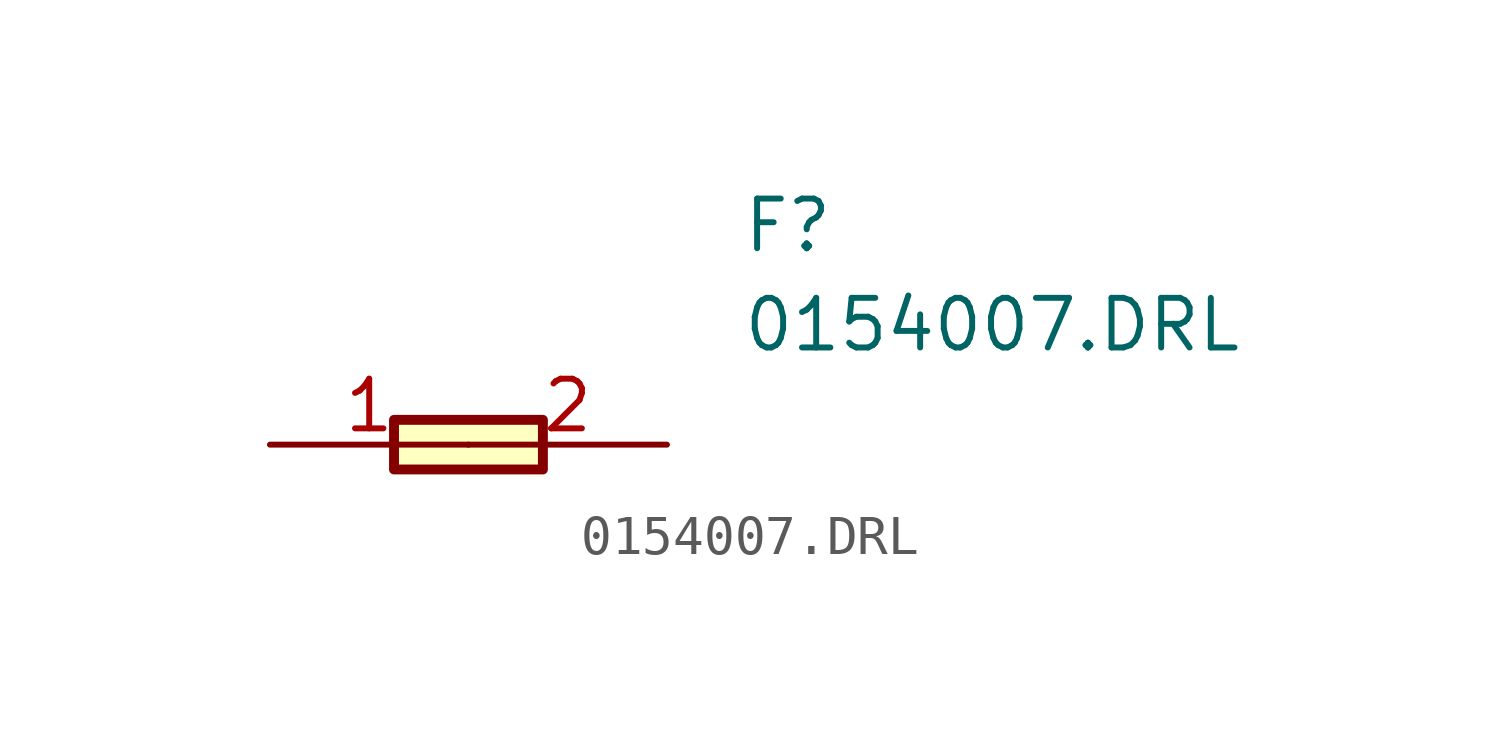
<source format=kicad_sym>
(kicad_symbol_lib
  (version 20220914)
  (generator kicad_symbol_editor)
  (symbol "0154007.DRL"
    (pin_names hide)
    (property "Reference" "F"
      (at 13.97 6.35 0)
      (effects (font (size 1.27 1.27)) (justify left top)))
    (property "Value" "0154007.DRL"
      (at 13.97 3.81 0)
      (effects (font (size 1.27 1.27)) (justify left top)))
    (symbol "0154007.DRL_1_1"
      (rectangle (start 5.08 0.635) (end 8.89 -0.635) (stroke (width 0.254) (type default)) (fill (type background)))
      (pin passive line (at 1.905 0 0) (length 5.08) (name "1" (effects (font (size 1.27 1.27)))) (number "1" (effects (font (size 1.27 1.27)))))
      (pin passive line (at 12.065 0 180) (length 5.08) (name "2" (effects (font (size 1.27 1.27)))) (number "2" (effects (font (size 1.27 1.27))))))))
</source>
